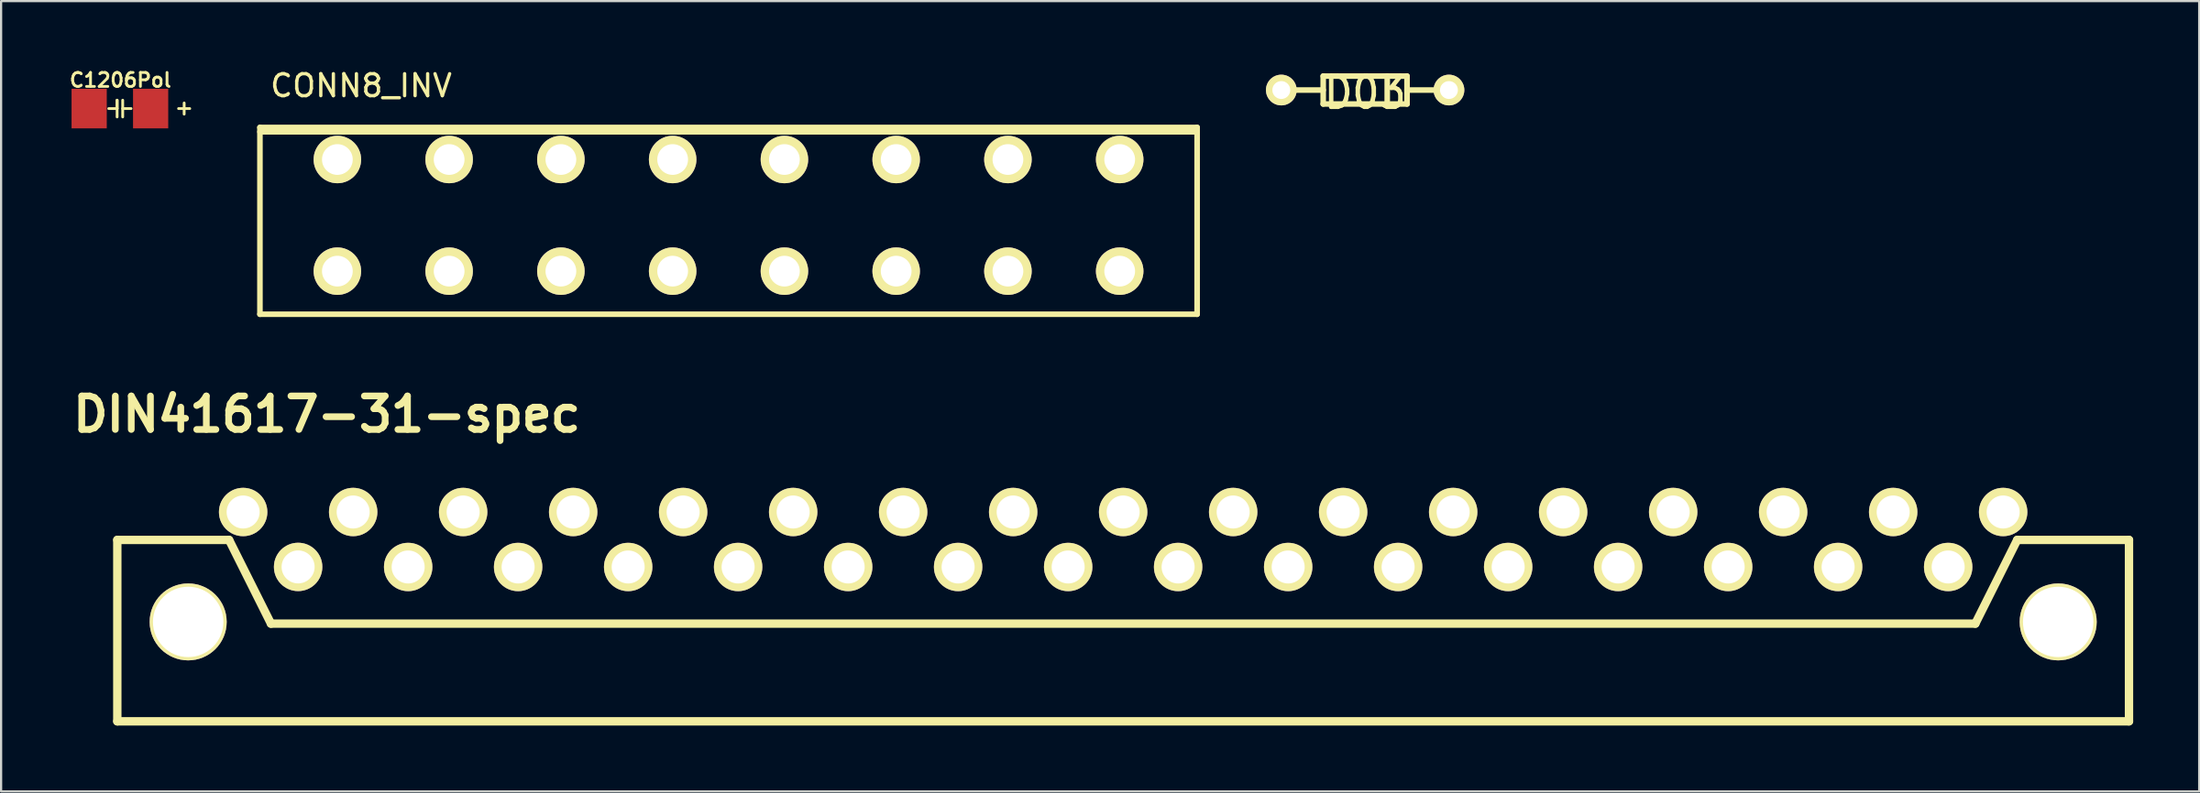
<source format=kicad_pcb>
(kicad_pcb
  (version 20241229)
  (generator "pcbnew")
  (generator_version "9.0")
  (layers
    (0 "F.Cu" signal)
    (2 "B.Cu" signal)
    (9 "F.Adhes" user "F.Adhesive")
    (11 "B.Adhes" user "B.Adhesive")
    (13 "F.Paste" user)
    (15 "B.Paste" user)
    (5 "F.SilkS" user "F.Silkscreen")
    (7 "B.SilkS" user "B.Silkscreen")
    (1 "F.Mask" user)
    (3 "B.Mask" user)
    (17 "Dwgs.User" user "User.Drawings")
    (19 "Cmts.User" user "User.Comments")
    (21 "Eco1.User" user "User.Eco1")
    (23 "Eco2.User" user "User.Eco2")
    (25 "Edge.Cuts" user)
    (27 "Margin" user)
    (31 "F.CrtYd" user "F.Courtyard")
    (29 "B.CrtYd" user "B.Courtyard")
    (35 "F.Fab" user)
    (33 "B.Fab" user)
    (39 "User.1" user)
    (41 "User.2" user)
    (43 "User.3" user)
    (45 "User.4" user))
  (footprint "DIN41617-31-spec"
    (layer "F.Cu")
    (at 48.002 20.247)
    (property "Reference" "DIN41617-31-spec" (at -36.195 -4.445 0) (layer "F.SilkS") (effects (font (size 1.524 1.524) (thickness 0.305))))
    (attr through_hole)
    (fp_line (start -45.72 1.27) (end -45.72 9.525) (stroke (width 0.381) (type solid)) (layer "F.SilkS"))
    (fp_line (start -45.72 9.525) (end 45.72 9.525) (stroke (width 0.381) (type solid)) (layer "F.SilkS"))
    (fp_line (start -40.64 1.27) (end -45.72 1.27) (stroke (width 0.381) (type solid)) (layer "F.SilkS"))
    (fp_line (start -38.735 5.08) (end -40.64 1.27) (stroke (width 0.381) (type solid)) (layer "F.SilkS"))
    (fp_line (start 38.735 5.08) (end -38.735 5.08) (stroke (width 0.381) (type solid)) (layer "F.SilkS"))
    (fp_line (start 40.64 1.27) (end 38.735 5.08) (stroke (width 0.381) (type solid)) (layer "F.SilkS"))
    (fp_line (start 45.72 1.27) (end 40.64 1.27) (stroke (width 0.381) (type solid)) (layer "F.SilkS"))
    (fp_line (start 45.72 9.525) (end 45.72 1.27) (stroke (width 0.381) (type solid)) (layer "F.SilkS"))
    (pad "0" thru_hole circle (at 40 0) (size 2.2 2.2) (drill 1.501) (layers "*.Cu" "*.Mask" "F.SilkS"))
    (pad "1" thru_hole circle (at 37.501 2.502) (size 2.2 2.2) (drill 1.501) (layers "*.Cu" "*.Mask" "F.SilkS"))
    (pad "2" thru_hole circle (at 35.001 0) (size 2.2 2.2) (drill 1.501) (layers "*.Cu" "*.Mask" "F.SilkS"))
    (pad "3" thru_hole circle (at 32.499 2.502) (size 2.2 2.2) (drill 1.501) (layers "*.Cu" "*.Mask" "F.SilkS"))
    (pad "4" thru_hole circle (at 30 0) (size 2.2 2.2) (drill 1.501) (layers "*.Cu" "*.Mask" "F.SilkS"))
    (pad "5" thru_hole circle (at 27.501 2.502) (size 2.2 2.2) (drill 1.501) (layers "*.Cu" "*.Mask" "F.SilkS"))
    (pad "6" thru_hole circle (at 25.001 0) (size 2.2 2.2) (drill 1.501) (layers "*.Cu" "*.Mask" "F.SilkS"))
    (pad "7" thru_hole circle (at 22.499 2.502) (size 2.2 2.2) (drill 1.501) (layers "*.Cu" "*.Mask" "F.SilkS"))
    (pad "8" thru_hole circle (at 20 0) (size 2.2 2.2) (drill 1.501) (layers "*.Cu" "*.Mask" "F.SilkS"))
    (pad "9" thru_hole circle (at 17.501 2.502) (size 2.2 2.2) (drill 1.501) (layers "*.Cu" "*.Mask" "F.SilkS"))
    (pad "10" thru_hole circle (at 15.001 0) (size 2.2 2.2) (drill 1.501) (layers "*.Cu" "*.Mask" "F.SilkS"))
    (pad "11" thru_hole circle (at 12.499 2.502) (size 2.2 2.2) (drill 1.501) (layers "*.Cu" "*.Mask" "F.SilkS"))
    (pad "12" thru_hole circle (at 10 0) (size 2.2 2.2) (drill 1.501) (layers "*.Cu" "*.Mask" "F.SilkS"))
    (pad "13" thru_hole circle (at 7.501 2.502) (size 2.2 2.2) (drill 1.501) (layers "*.Cu" "*.Mask" "F.SilkS"))
    (pad "14" thru_hole circle (at 5.001 0) (size 2.2 2.2) (drill 1.501) (layers "*.Cu" "*.Mask" "F.SilkS"))
    (pad "15" thru_hole circle (at 2.499 2.502) (size 2.2 2.2) (drill 1.501) (layers "*.Cu" "*.Mask" "F.SilkS"))
    (pad "16" thru_hole circle (at 0 0) (size 2.2 2.2) (drill 1.501) (layers "*.Cu" "*.Mask" "F.SilkS"))
    (pad "17" thru_hole circle (at -2.499 2.502) (size 2.2 2.2) (drill 1.501) (layers "*.Cu" "*.Mask" "F.SilkS"))
    (pad "18" thru_hole circle (at -4.999 0) (size 2.2 2.2) (drill 1.501) (layers "*.Cu" "*.Mask" "F.SilkS"))
    (pad "19" thru_hole circle (at -7.501 2.502) (size 2.2 2.2) (drill 1.501) (layers "*.Cu" "*.Mask" "F.SilkS"))
    (pad "20" thru_hole circle (at -10 0) (size 2.2 2.2) (drill 1.501) (layers "*.Cu" "*.Mask" "F.SilkS"))
    (pad "21" thru_hole circle (at -12.499 2.502) (size 2.2 2.2) (drill 1.501) (layers "*.Cu" "*.Mask" "F.SilkS"))
    (pad "22" thru_hole circle (at -14.999 0) (size 2.2 2.2) (drill 1.501) (layers "*.Cu" "*.Mask" "F.SilkS"))
    (pad "23" thru_hole circle (at -17.501 2.502) (size 2.2 2.2) (drill 1.501) (layers "*.Cu" "*.Mask" "F.SilkS"))
    (pad "24" thru_hole circle (at -20 0) (size 2.2 2.2) (drill 1.501) (layers "*.Cu" "*.Mask" "F.SilkS"))
    (pad "25" thru_hole circle (at -22.499 2.502) (size 2.2 2.2) (drill 1.501) (layers "*.Cu" "*.Mask" "F.SilkS"))
    (pad "26" thru_hole circle (at -24.999 0) (size 2.2 2.2) (drill 1.501) (layers "*.Cu" "*.Mask" "F.SilkS"))
    (pad "27" thru_hole circle (at -27.501 2.502) (size 2.2 2.2) (drill 1.501) (layers "*.Cu" "*.Mask" "F.SilkS"))
    (pad "28" thru_hole circle (at -30 0) (size 2.2 2.2) (drill 1.501) (layers "*.Cu" "*.Mask" "F.SilkS"))
    (pad "29" thru_hole circle (at -32.499 2.502) (size 2.2 2.2) (drill 1.501) (layers "*.Cu" "*.Mask" "F.SilkS"))
    (pad "30" thru_hole circle (at -34.999 0) (size 2.2 2.2) (drill 1.501) (layers "*.Cu" "*.Mask" "F.SilkS"))
    (pad "31" thru_hole circle (at -37.501 2.499) (size 2.2 2.2) (drill 1.501) (layers "*.Cu" "*.Mask" "F.SilkS"))
    (pad "32" thru_hole circle (at -40 0) (size 2.2 2.2) (drill 1.501) (layers "*.Cu" "*.Mask" "F.SilkS"))
    (pad "H1" thru_hole circle (at -42.499 5.001) (size 3.5 3.5) (drill 3.2) (layers "*.Cu" "*.Mask" "F.SilkS"))
    (pad "H2" thru_hole circle (at 42.502 5.001) (size 3.5 3.5) (drill 3.2) (layers "*.Cu" "*.Mask" "F.SilkS")))
  (footprint "C1206Pol"
    (layer "F.Cu")
    (at 2.4 1.89)
    (property "Reference" "C1206Pol" (at 0.025 -1.295 0) (layer "F.SilkS") (effects (font (size 0.635 0.635) (thickness 0.127))))
    (attr through_hole)
    (fp_line (start -0.508 0) (end -0.127 0) (stroke (width 0.127) (type solid)) (layer "F.SilkS"))
    (fp_line (start -0.127 -0.381) (end -0.127 0.381) (stroke (width 0.127) (type solid)) (layer "F.SilkS"))
    (fp_line (start -0.127 0) (end -0.127 -0.381) (stroke (width 0.127) (type solid)) (layer "F.SilkS"))
    (fp_line (start 0.127 -0.381) (end 0.127 0.381) (stroke (width 0.127) (type solid)) (layer "F.SilkS"))
    (fp_line (start 0.127 0) (end 0.508 0) (stroke (width 0.127) (type solid)) (layer "F.SilkS"))
    (fp_line (start 2.667 0) (end 3.175 0) (stroke (width 0.127) (type solid)) (layer "F.SilkS"))
    (fp_line (start 2.921 -0.254) (end 2.921 0.254) (stroke (width 0.127) (type solid)) (layer "F.SilkS"))
    (pad "1" smd rect (at 1.397 0) (size 1.6 1.803) (layers "F.Cu" "F.Mask" "F.Paste"))
    (pad "2" smd rect (at -1.397 0) (size 1.6 1.803) (layers "F.Cu" "F.Mask" "F.Paste")))
  (footprint "D03"
    (layer "F.Cu")
    (at 59.001 1.047)
    (property "Reference" "D03" (at 0 0.127 0) (layer "F.SilkS") (effects (font (size 1.397 1.27) (thickness 0.203))))
    (attr through_hole)
    (fp_line (start -1.905 -0.635) (end -1.905 0.635) (stroke (width 0.254) (type solid)) (layer "F.SilkS"))
    (fp_line (start -1.905 0) (end -3.175 0) (stroke (width 0.254) (type solid)) (layer "F.SilkS"))
    (fp_line (start -1.905 0.635) (end 1.905 0.635) (stroke (width 0.254) (type solid)) (layer "F.SilkS"))
    (fp_line (start 1.005 0.635) (end 1.005 -0.635) (stroke (width 0.254) (type solid)) (layer "F.SilkS"))
    (fp_line (start 1.905 -0.635) (end -1.905 -0.635) (stroke (width 0.254) (type solid)) (layer "F.SilkS"))
    (fp_line (start 1.905 0) (end 3.175 0) (stroke (width 0.254) (type solid)) (layer "F.SilkS"))
    (fp_line (start 1.905 0.635) (end 1.905 -0.635) (stroke (width 0.254) (type solid)) (layer "F.SilkS"))
    (pad "1" thru_hole circle (at -3.81 0) (size 1.397 1.397) (drill 0.813) (layers "*.Cu" "*.Mask" "F.SilkS"))
    (pad "2" thru_hole circle (at 3.81 0) (size 1.397 1.397) (drill 0.813) (layers "*.Cu" "*.Mask" "F.SilkS")))
  (footprint "CONN8_INV"
    (layer "F.Cu")
    (at 30.065 6.748)
    (property "Reference" "CONN8_INV" (at -16.7 -5.9 0) (layer "F.SilkS") (effects (font (size 1 1) (thickness 0.15))))
    (attr through_hole)
    (fp_line (start -21.3 -4) (end 21.3 -4) (stroke (width 0.254) (type solid)) (layer "F.SilkS"))
    (fp_line (start -21.3 -3.8) (end 21.3 -3.8) (stroke (width 0.254) (type solid)) (layer "F.SilkS"))
    (fp_line (start -21.3 4.5) (end -21.3 -4) (stroke (width 0.254) (type solid)) (layer "F.SilkS"))
    (fp_line (start 21.3 -4) (end 21.3 4.5) (stroke (width 0.254) (type solid)) (layer "F.SilkS"))
    (fp_line (start 21.3 4.5) (end -21.3 4.5) (stroke (width 0.254) (type solid)) (layer "F.SilkS"))
    (pad "1" thru_hole circle (at -17.78 -2.54) (size 2.159 2.159) (drill 1.397) (layers "*.Cu" "*.Mask" "F.SilkS"))
    (pad "1" thru_hole circle (at -17.78 2.54) (size 2.159 2.159) (drill 1.397) (layers "*.Cu" "*.Mask" "F.SilkS"))
    (pad "2" thru_hole circle (at -12.7 -2.54) (size 2.159 2.159) (drill 1.397) (layers "*.Cu" "*.Mask" "F.SilkS"))
    (pad "2" thru_hole circle (at -12.7 2.54) (size 2.159 2.159) (drill 1.397) (layers "*.Cu" "*.Mask" "F.SilkS"))
    (pad "3" thru_hole circle (at -7.62 -2.54) (size 2.159 2.159) (drill 1.397) (layers "*.Cu" "*.Mask" "F.SilkS"))
    (pad "3" thru_hole circle (at -7.62 2.54) (size 2.159 2.159) (drill 1.397) (layers "*.Cu" "*.Mask" "F.SilkS"))
    (pad "4" thru_hole circle (at -2.54 -2.54) (size 2.159 2.159) (drill 1.397) (layers "*.Cu" "*.Mask" "F.SilkS"))
    (pad "4" thru_hole circle (at -2.54 2.54) (size 2.159 2.159) (drill 1.397) (layers "*.Cu" "*.Mask" "F.SilkS"))
    (pad "5" thru_hole circle (at 2.54 -2.54) (size 2.159 2.159) (drill 1.397) (layers "*.Cu" "*.Mask" "F.SilkS"))
    (pad "5" thru_hole circle (at 2.54 2.54) (size 2.159 2.159) (drill 1.397) (layers "*.Cu" "*.Mask" "F.SilkS"))
    (pad "6" thru_hole circle (at 7.62 -2.54) (size 2.159 2.159) (drill 1.397) (layers "*.Cu" "*.Mask" "F.SilkS"))
    (pad "6" thru_hole circle (at 7.62 2.54) (size 2.159 2.159) (drill 1.397) (layers "*.Cu" "*.Mask" "F.SilkS"))
    (pad "7" thru_hole circle (at 12.7 -2.54) (size 2.159 2.159) (drill 1.397) (layers "*.Cu" "*.Mask" "F.SilkS"))
    (pad "7" thru_hole circle (at 12.7 2.54) (size 2.159 2.159) (drill 1.397) (layers "*.Cu" "*.Mask" "F.SilkS"))
    (pad "8" thru_hole circle (at 17.78 -2.54) (size 2.159 2.159) (drill 1.397) (layers "*.Cu" "*.Mask" "F.SilkS"))
    (pad "8" thru_hole circle (at 17.78 2.54) (size 2.159 2.159) (drill 1.397) (layers "*.Cu" "*.Mask" "F.SilkS")))
  (gr_rect
    (start -3 -3)
    (end 96.913 32.962)
    (stroke (width 0.1) (type default))
    (fill no)
    (layer "Edge.Cuts")))
</source>
